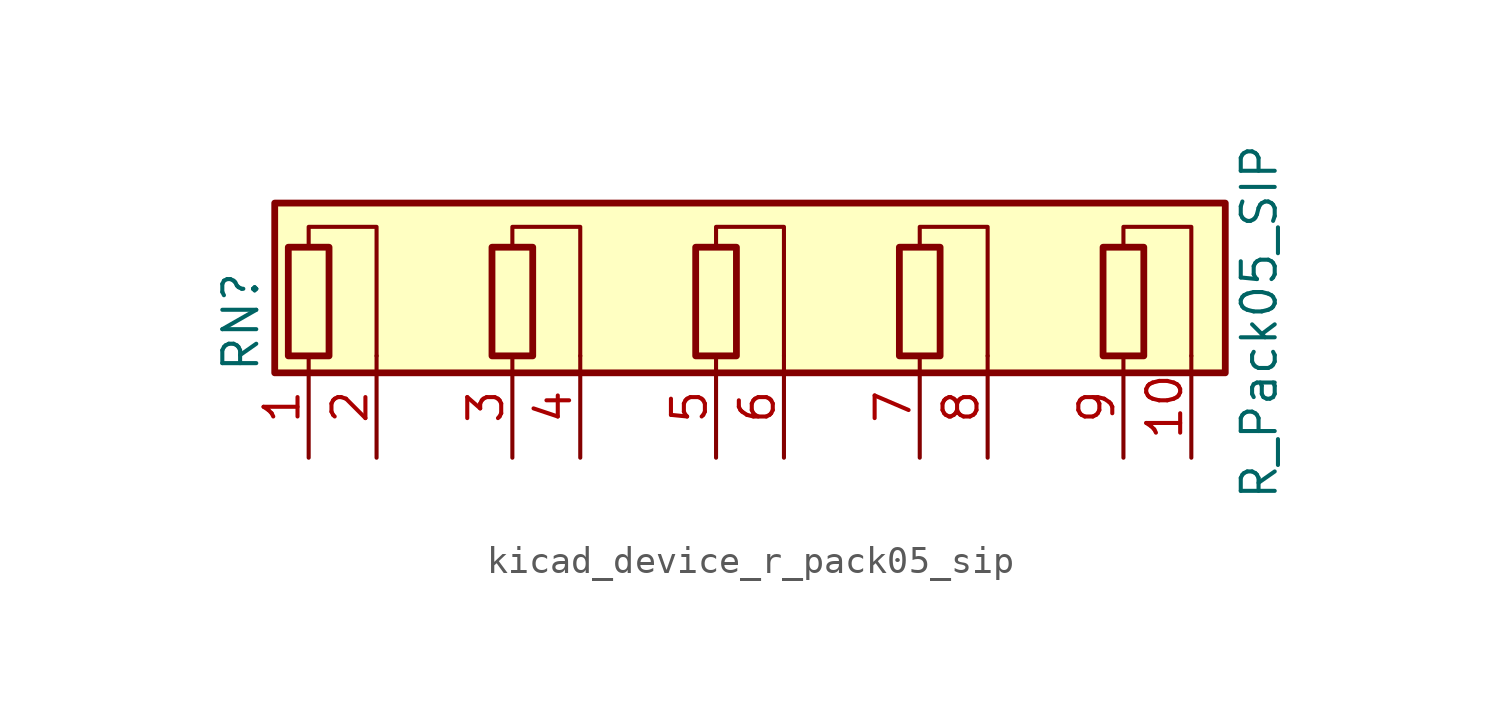
<source format=kicad_sym>
(kicad_symbol_lib
  (version 20220914)
  (generator kicad_symbol_editor)
  (symbol "kicad_device_r_pack05_sip"
    (pin_names
      (offset 0) hide)
    (property "Reference" "RN"
      (at -17.78 0 90)
      (effects (font (size 1.27 1.27))))
    (property "Value" "R_Pack05_SIP"
      (at 20.32 0 90)
      (effects (font (size 1.27 1.27))))
    (symbol "kicad_device_r_pack05_sip_0_1"
      (rectangle (start -16.51 -1.905) (end 19.05 4.445) (stroke (width 0.254) (type default)) (fill (type background)))
      (rectangle (start -16.002 2.794) (end -14.478 -1.27) (stroke (width 0.254) (type default)) (fill (type none)))
      (rectangle (start -8.382 2.794) (end -6.858 -1.27) (stroke (width 0.254) (type default)) (fill (type none)))
      (rectangle (start -0.762 2.794) (end 0.762 -1.27) (stroke (width 0.254) (type default)) (fill (type none)))
      (polyline (pts (xy -15.24 2.794) (xy -15.24 3.556) (xy -12.7 3.556) (xy -12.7 -1.27)) (stroke (width 0) (type default)) (fill (type none)))
      (polyline (pts (xy -7.62 2.794) (xy -7.62 3.556) (xy -5.08 3.556) (xy -5.08 -1.27)) (stroke (width 0) (type default)) (fill (type none)))
      (polyline (pts (xy 0 2.794) (xy 0 3.556) (xy 2.54 3.556) (xy 2.54 -1.27)) (stroke (width 0) (type default)) (fill (type none)))
      (polyline (pts (xy 7.62 2.794) (xy 7.62 3.556) (xy 10.16 3.556) (xy 10.16 -1.27)) (stroke (width 0) (type default)) (fill (type none)))
      (polyline (pts (xy 15.24 2.794) (xy 15.24 3.556) (xy 17.78 3.556) (xy 17.78 -1.27)) (stroke (width 0) (type default)) (fill (type none)))
      (rectangle (start 6.858 2.794) (end 8.382 -1.27) (stroke (width 0.254) (type default)) (fill (type none)))
      (rectangle (start 14.478 2.794) (end 16.002 -1.27) (stroke (width 0.254) (type default)) (fill (type none))))
    (symbol "kicad_device_r_pack05_sip_1_1"
      (pin passive line (at -15.24 -5.08 90) (length 3.81) (name "R1.1" (effects (font (size 1.27 1.27)))) (number "1" (effects (font (size 1.27 1.27)))))
      (pin passive line (at 17.78 -5.08 90) (length 3.81) (name "R5.2" (effects (font (size 1.27 1.27)))) (number "10" (effects (font (size 1.27 1.27)))))
      (pin passive line (at -12.7 -5.08 90) (length 3.81) (name "R1.2" (effects (font (size 1.27 1.27)))) (number "2" (effects (font (size 1.27 1.27)))))
      (pin passive line (at -7.62 -5.08 90) (length 3.81) (name "R2.1" (effects (font (size 1.27 1.27)))) (number "3" (effects (font (size 1.27 1.27)))))
      (pin passive line (at -5.08 -5.08 90) (length 3.81) (name "R2.2" (effects (font (size 1.27 1.27)))) (number "4" (effects (font (size 1.27 1.27)))))
      (pin passive line (at 0 -5.08 90) (length 3.81) (name "R3.1" (effects (font (size 1.27 1.27)))) (number "5" (effects (font (size 1.27 1.27)))))
      (pin passive line (at 2.54 -5.08 90) (length 3.81) (name "R3.2" (effects (font (size 1.27 1.27)))) (number "6" (effects (font (size 1.27 1.27)))))
      (pin passive line (at 7.62 -5.08 90) (length 3.81) (name "R4.1" (effects (font (size 1.27 1.27)))) (number "7" (effects (font (size 1.27 1.27)))))
      (pin passive line (at 10.16 -5.08 90) (length 3.81) (name "R4.2" (effects (font (size 1.27 1.27)))) (number "8" (effects (font (size 1.27 1.27)))))
      (pin passive line (at 15.24 -5.08 90) (length 3.81) (name "R5.1" (effects (font (size 1.27 1.27)))) (number "9" (effects (font (size 1.27 1.27))))))))
</source>
